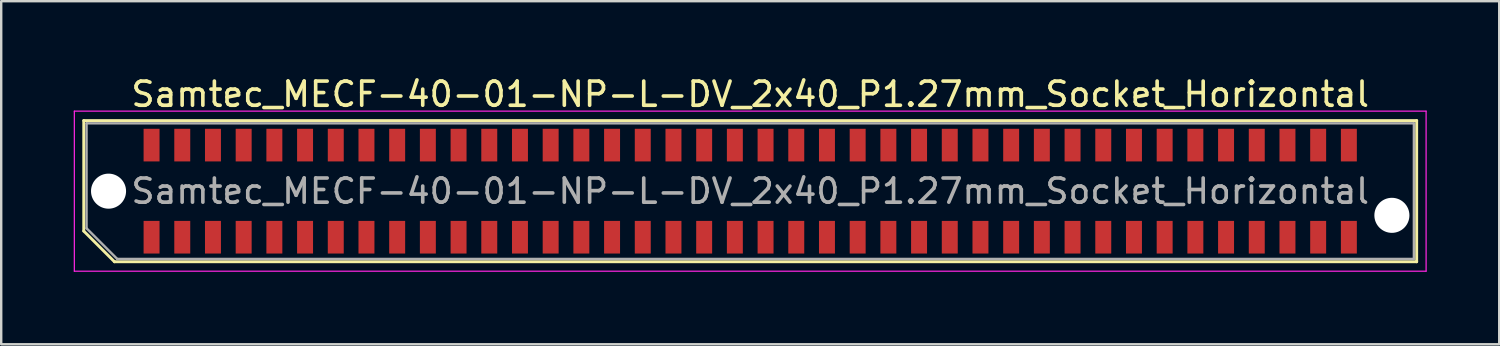
<source format=kicad_pcb>
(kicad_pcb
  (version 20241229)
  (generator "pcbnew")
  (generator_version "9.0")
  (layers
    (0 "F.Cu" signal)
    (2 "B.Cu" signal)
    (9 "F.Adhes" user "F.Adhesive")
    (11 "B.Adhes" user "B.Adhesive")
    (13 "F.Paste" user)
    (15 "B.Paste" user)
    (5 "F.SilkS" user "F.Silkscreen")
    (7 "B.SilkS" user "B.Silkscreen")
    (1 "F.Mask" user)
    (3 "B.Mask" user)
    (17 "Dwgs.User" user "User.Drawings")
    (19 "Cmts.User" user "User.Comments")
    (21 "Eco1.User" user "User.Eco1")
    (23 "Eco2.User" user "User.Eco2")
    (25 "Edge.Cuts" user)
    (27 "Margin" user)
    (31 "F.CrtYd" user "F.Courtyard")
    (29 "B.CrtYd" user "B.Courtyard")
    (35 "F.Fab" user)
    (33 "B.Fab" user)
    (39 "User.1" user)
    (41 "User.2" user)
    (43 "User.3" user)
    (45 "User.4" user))
  (footprint "Samtec_MECF-40-01-NP-L-DV_2x40_P1.27mm_Socket_Horizontal"
    (layer "F.Cu")
    (at 27.985 4.858)
    (property "Reference" "Samtec_MECF-40-01-NP-L-DV_2x40_P1.27mm_Socket_Horizontal" (at 0 -4.01 0) (layer "F.SilkS") (effects (font (size 1 1) (thickness 0.15))))
    (attr smd)
    (fp_line (start -27.57 -2.92) (end 27.57 -2.92) (stroke (width 0.12) (type solid)) (layer "F.SilkS"))
    (fp_line (start -27.57 1.65) (end -27.57 -2.92) (stroke (width 0.12) (type solid)) (layer "F.SilkS"))
    (fp_line (start -26.3 2.92) (end -27.57 1.65) (stroke (width 0.12) (type solid)) (layer "F.SilkS"))
    (fp_line (start -26.3 2.92) (end 27.57 2.92) (stroke (width 0.12) (type solid)) (layer "F.SilkS"))
    (fp_line (start 27.57 2.92) (end 27.57 -2.92) (stroke (width 0.12) (type solid)) (layer "F.SilkS"))
    (fp_line (start -27.96 -3.31) (end -27.96 3.31) (stroke (width 0.05) (type solid)) (layer "F.CrtYd"))
    (fp_line (start -27.96 3.31) (end 27.96 3.31) (stroke (width 0.05) (type solid)) (layer "F.CrtYd"))
    (fp_line (start 27.96 -3.31) (end -27.96 -3.31) (stroke (width 0.05) (type solid)) (layer "F.CrtYd"))
    (fp_line (start 27.96 3.31) (end 27.96 -3.31) (stroke (width 0.05) (type solid)) (layer "F.CrtYd"))
    (fp_line (start -27.455 -2.805) (end 27.455 -2.805) (stroke (width 0.1) (type solid)) (layer "F.Fab"))
    (fp_line (start -27.455 1.535) (end -27.455 -2.805) (stroke (width 0.1) (type solid)) (layer "F.Fab"))
    (fp_line (start -27.455 1.535) (end -26.185 2.805) (stroke (width 0.1) (type solid)) (layer "F.Fab"))
    (fp_line (start -26.185 2.805) (end 27.455 2.805) (stroke (width 0.1) (type solid)) (layer "F.Fab"))
    (fp_line (start 27.455 2.805) (end 27.455 -2.805) (stroke (width 0.1) (type solid)) (layer "F.Fab"))
    (fp_text user "${REFERENCE}" (at 0 0 0) (layer "F.Fab") (effects (font (size 1 1) (thickness 0.15))))
    (pad "" np_thru_hole circle (at -26.545 0) (size 1.45 1.45) (drill 1.45) (layers "*.Cu" "*.Mask"))
    (pad "" np_thru_hole circle (at 26.545 1) (size 1.45 1.45) (drill 1.45) (layers "*.Cu" "*.Mask"))
    (pad "1" smd rect (at -24.765 1.905) (size 0.66 1.35) (layers "F.Cu" "F.Mask" "F.Paste"))
    (pad "2" smd rect (at -24.765 -1.905) (size 0.66 1.35) (layers "F.Cu" "F.Mask" "F.Paste"))
    (pad "3" smd rect (at -23.495 1.905) (size 0.66 1.35) (layers "F.Cu" "F.Mask" "F.Paste"))
    (pad "4" smd rect (at -23.495 -1.905) (size 0.66 1.35) (layers "F.Cu" "F.Mask" "F.Paste"))
    (pad "5" smd rect (at -22.225 1.905) (size 0.66 1.35) (layers "F.Cu" "F.Mask" "F.Paste"))
    (pad "6" smd rect (at -22.225 -1.905) (size 0.66 1.35) (layers "F.Cu" "F.Mask" "F.Paste"))
    (pad "7" smd rect (at -20.955 1.905) (size 0.66 1.35) (layers "F.Cu" "F.Mask" "F.Paste"))
    (pad "8" smd rect (at -20.955 -1.905) (size 0.66 1.35) (layers "F.Cu" "F.Mask" "F.Paste"))
    (pad "9" smd rect (at -19.685 1.905) (size 0.66 1.35) (layers "F.Cu" "F.Mask" "F.Paste"))
    (pad "10" smd rect (at -19.685 -1.905) (size 0.66 1.35) (layers "F.Cu" "F.Mask" "F.Paste"))
    (pad "11" smd rect (at -18.415 1.905) (size 0.66 1.35) (layers "F.Cu" "F.Mask" "F.Paste"))
    (pad "12" smd rect (at -18.415 -1.905) (size 0.66 1.35) (layers "F.Cu" "F.Mask" "F.Paste"))
    (pad "13" smd rect (at -17.145 1.905) (size 0.66 1.35) (layers "F.Cu" "F.Mask" "F.Paste"))
    (pad "14" smd rect (at -17.145 -1.905) (size 0.66 1.35) (layers "F.Cu" "F.Mask" "F.Paste"))
    (pad "15" smd rect (at -15.875 1.905) (size 0.66 1.35) (layers "F.Cu" "F.Mask" "F.Paste"))
    (pad "16" smd rect (at -15.875 -1.905) (size 0.66 1.35) (layers "F.Cu" "F.Mask" "F.Paste"))
    (pad "17" smd rect (at -14.605 1.905) (size 0.66 1.35) (layers "F.Cu" "F.Mask" "F.Paste"))
    (pad "18" smd rect (at -14.605 -1.905) (size 0.66 1.35) (layers "F.Cu" "F.Mask" "F.Paste"))
    (pad "19" smd rect (at -13.335 1.905) (size 0.66 1.35) (layers "F.Cu" "F.Mask" "F.Paste"))
    (pad "20" smd rect (at -13.335 -1.905) (size 0.66 1.35) (layers "F.Cu" "F.Mask" "F.Paste"))
    (pad "21" smd rect (at -12.065 1.905) (size 0.66 1.35) (layers "F.Cu" "F.Mask" "F.Paste"))
    (pad "22" smd rect (at -12.065 -1.905) (size 0.66 1.35) (layers "F.Cu" "F.Mask" "F.Paste"))
    (pad "23" smd rect (at -10.795 1.905) (size 0.66 1.35) (layers "F.Cu" "F.Mask" "F.Paste"))
    (pad "24" smd rect (at -10.795 -1.905) (size 0.66 1.35) (layers "F.Cu" "F.Mask" "F.Paste"))
    (pad "25" smd rect (at -9.525 1.905) (size 0.66 1.35) (layers "F.Cu" "F.Mask" "F.Paste"))
    (pad "26" smd rect (at -9.525 -1.905) (size 0.66 1.35) (layers "F.Cu" "F.Mask" "F.Paste"))
    (pad "27" smd rect (at -8.255 1.905) (size 0.66 1.35) (layers "F.Cu" "F.Mask" "F.Paste"))
    (pad "28" smd rect (at -8.255 -1.905) (size 0.66 1.35) (layers "F.Cu" "F.Mask" "F.Paste"))
    (pad "29" smd rect (at -6.985 1.905) (size 0.66 1.35) (layers "F.Cu" "F.Mask" "F.Paste"))
    (pad "30" smd rect (at -6.985 -1.905) (size 0.66 1.35) (layers "F.Cu" "F.Mask" "F.Paste"))
    (pad "31" smd rect (at -5.715 1.905) (size 0.66 1.35) (layers "F.Cu" "F.Mask" "F.Paste"))
    (pad "32" smd rect (at -5.715 -1.905) (size 0.66 1.35) (layers "F.Cu" "F.Mask" "F.Paste"))
    (pad "33" smd rect (at -4.445 1.905) (size 0.66 1.35) (layers "F.Cu" "F.Mask" "F.Paste"))
    (pad "34" smd rect (at -4.445 -1.905) (size 0.66 1.35) (layers "F.Cu" "F.Mask" "F.Paste"))
    (pad "35" smd rect (at -3.175 1.905) (size 0.66 1.35) (layers "F.Cu" "F.Mask" "F.Paste"))
    (pad "36" smd rect (at -3.175 -1.905) (size 0.66 1.35) (layers "F.Cu" "F.Mask" "F.Paste"))
    (pad "37" smd rect (at -1.905 1.905) (size 0.66 1.35) (layers "F.Cu" "F.Mask" "F.Paste"))
    (pad "38" smd rect (at -1.905 -1.905) (size 0.66 1.35) (layers "F.Cu" "F.Mask" "F.Paste"))
    (pad "39" smd rect (at -0.635 1.905) (size 0.66 1.35) (layers "F.Cu" "F.Mask" "F.Paste"))
    (pad "40" smd rect (at -0.635 -1.905) (size 0.66 1.35) (layers "F.Cu" "F.Mask" "F.Paste"))
    (pad "41" smd rect (at 0.635 1.905) (size 0.66 1.35) (layers "F.Cu" "F.Mask" "F.Paste"))
    (pad "42" smd rect (at 0.635 -1.905) (size 0.66 1.35) (layers "F.Cu" "F.Mask" "F.Paste"))
    (pad "43" smd rect (at 1.905 1.905) (size 0.66 1.35) (layers "F.Cu" "F.Mask" "F.Paste"))
    (pad "44" smd rect (at 1.905 -1.905) (size 0.66 1.35) (layers "F.Cu" "F.Mask" "F.Paste"))
    (pad "45" smd rect (at 3.175 1.905) (size 0.66 1.35) (layers "F.Cu" "F.Mask" "F.Paste"))
    (pad "46" smd rect (at 3.175 -1.905) (size 0.66 1.35) (layers "F.Cu" "F.Mask" "F.Paste"))
    (pad "47" smd rect (at 4.445 1.905) (size 0.66 1.35) (layers "F.Cu" "F.Mask" "F.Paste"))
    (pad "48" smd rect (at 4.445 -1.905) (size 0.66 1.35) (layers "F.Cu" "F.Mask" "F.Paste"))
    (pad "49" smd rect (at 5.715 1.905) (size 0.66 1.35) (layers "F.Cu" "F.Mask" "F.Paste"))
    (pad "50" smd rect (at 5.715 -1.905) (size 0.66 1.35) (layers "F.Cu" "F.Mask" "F.Paste"))
    (pad "51" smd rect (at 6.985 1.905) (size 0.66 1.35) (layers "F.Cu" "F.Mask" "F.Paste"))
    (pad "52" smd rect (at 6.985 -1.905) (size 0.66 1.35) (layers "F.Cu" "F.Mask" "F.Paste"))
    (pad "53" smd rect (at 8.255 1.905) (size 0.66 1.35) (layers "F.Cu" "F.Mask" "F.Paste"))
    (pad "54" smd rect (at 8.255 -1.905) (size 0.66 1.35) (layers "F.Cu" "F.Mask" "F.Paste"))
    (pad "55" smd rect (at 9.525 1.905) (size 0.66 1.35) (layers "F.Cu" "F.Mask" "F.Paste"))
    (pad "56" smd rect (at 9.525 -1.905) (size 0.66 1.35) (layers "F.Cu" "F.Mask" "F.Paste"))
    (pad "57" smd rect (at 10.795 1.905) (size 0.66 1.35) (layers "F.Cu" "F.Mask" "F.Paste"))
    (pad "58" smd rect (at 10.795 -1.905) (size 0.66 1.35) (layers "F.Cu" "F.Mask" "F.Paste"))
    (pad "59" smd rect (at 12.065 1.905) (size 0.66 1.35) (layers "F.Cu" "F.Mask" "F.Paste"))
    (pad "60" smd rect (at 12.065 -1.905) (size 0.66 1.35) (layers "F.Cu" "F.Mask" "F.Paste"))
    (pad "61" smd rect (at 13.335 1.905) (size 0.66 1.35) (layers "F.Cu" "F.Mask" "F.Paste"))
    (pad "62" smd rect (at 13.335 -1.905) (size 0.66 1.35) (layers "F.Cu" "F.Mask" "F.Paste"))
    (pad "63" smd rect (at 14.605 1.905) (size 0.66 1.35) (layers "F.Cu" "F.Mask" "F.Paste"))
    (pad "64" smd rect (at 14.605 -1.905) (size 0.66 1.35) (layers "F.Cu" "F.Mask" "F.Paste"))
    (pad "65" smd rect (at 15.875 1.905) (size 0.66 1.35) (layers "F.Cu" "F.Mask" "F.Paste"))
    (pad "66" smd rect (at 15.875 -1.905) (size 0.66 1.35) (layers "F.Cu" "F.Mask" "F.Paste"))
    (pad "67" smd rect (at 17.145 1.905) (size 0.66 1.35) (layers "F.Cu" "F.Mask" "F.Paste"))
    (pad "68" smd rect (at 17.145 -1.905) (size 0.66 1.35) (layers "F.Cu" "F.Mask" "F.Paste"))
    (pad "69" smd rect (at 18.415 1.905) (size 0.66 1.35) (layers "F.Cu" "F.Mask" "F.Paste"))
    (pad "70" smd rect (at 18.415 -1.905) (size 0.66 1.35) (layers "F.Cu" "F.Mask" "F.Paste"))
    (pad "71" smd rect (at 19.685 1.905) (size 0.66 1.35) (layers "F.Cu" "F.Mask" "F.Paste"))
    (pad "72" smd rect (at 19.685 -1.905) (size 0.66 1.35) (layers "F.Cu" "F.Mask" "F.Paste"))
    (pad "73" smd rect (at 20.955 1.905) (size 0.66 1.35) (layers "F.Cu" "F.Mask" "F.Paste"))
    (pad "74" smd rect (at 20.955 -1.905) (size 0.66 1.35) (layers "F.Cu" "F.Mask" "F.Paste"))
    (pad "75" smd rect (at 22.225 1.905) (size 0.66 1.35) (layers "F.Cu" "F.Mask" "F.Paste"))
    (pad "76" smd rect (at 22.225 -1.905) (size 0.66 1.35) (layers "F.Cu" "F.Mask" "F.Paste"))
    (pad "77" smd rect (at 23.495 1.905) (size 0.66 1.35) (layers "F.Cu" "F.Mask" "F.Paste"))
    (pad "78" smd rect (at 23.495 -1.905) (size 0.66 1.35) (layers "F.Cu" "F.Mask" "F.Paste"))
    (pad "79" smd rect (at 24.765 1.905) (size 0.66 1.35) (layers "F.Cu" "F.Mask" "F.Paste"))
    (pad "80" smd rect (at 24.765 -1.905) (size 0.66 1.35) (layers "F.Cu" "F.Mask" "F.Paste")))
  (gr_rect
    (start -3 -3)
    (end 58.97 11.193)
    (stroke (width 0.1) (type default))
    (fill no)
    (layer "Edge.Cuts")))
</source>
